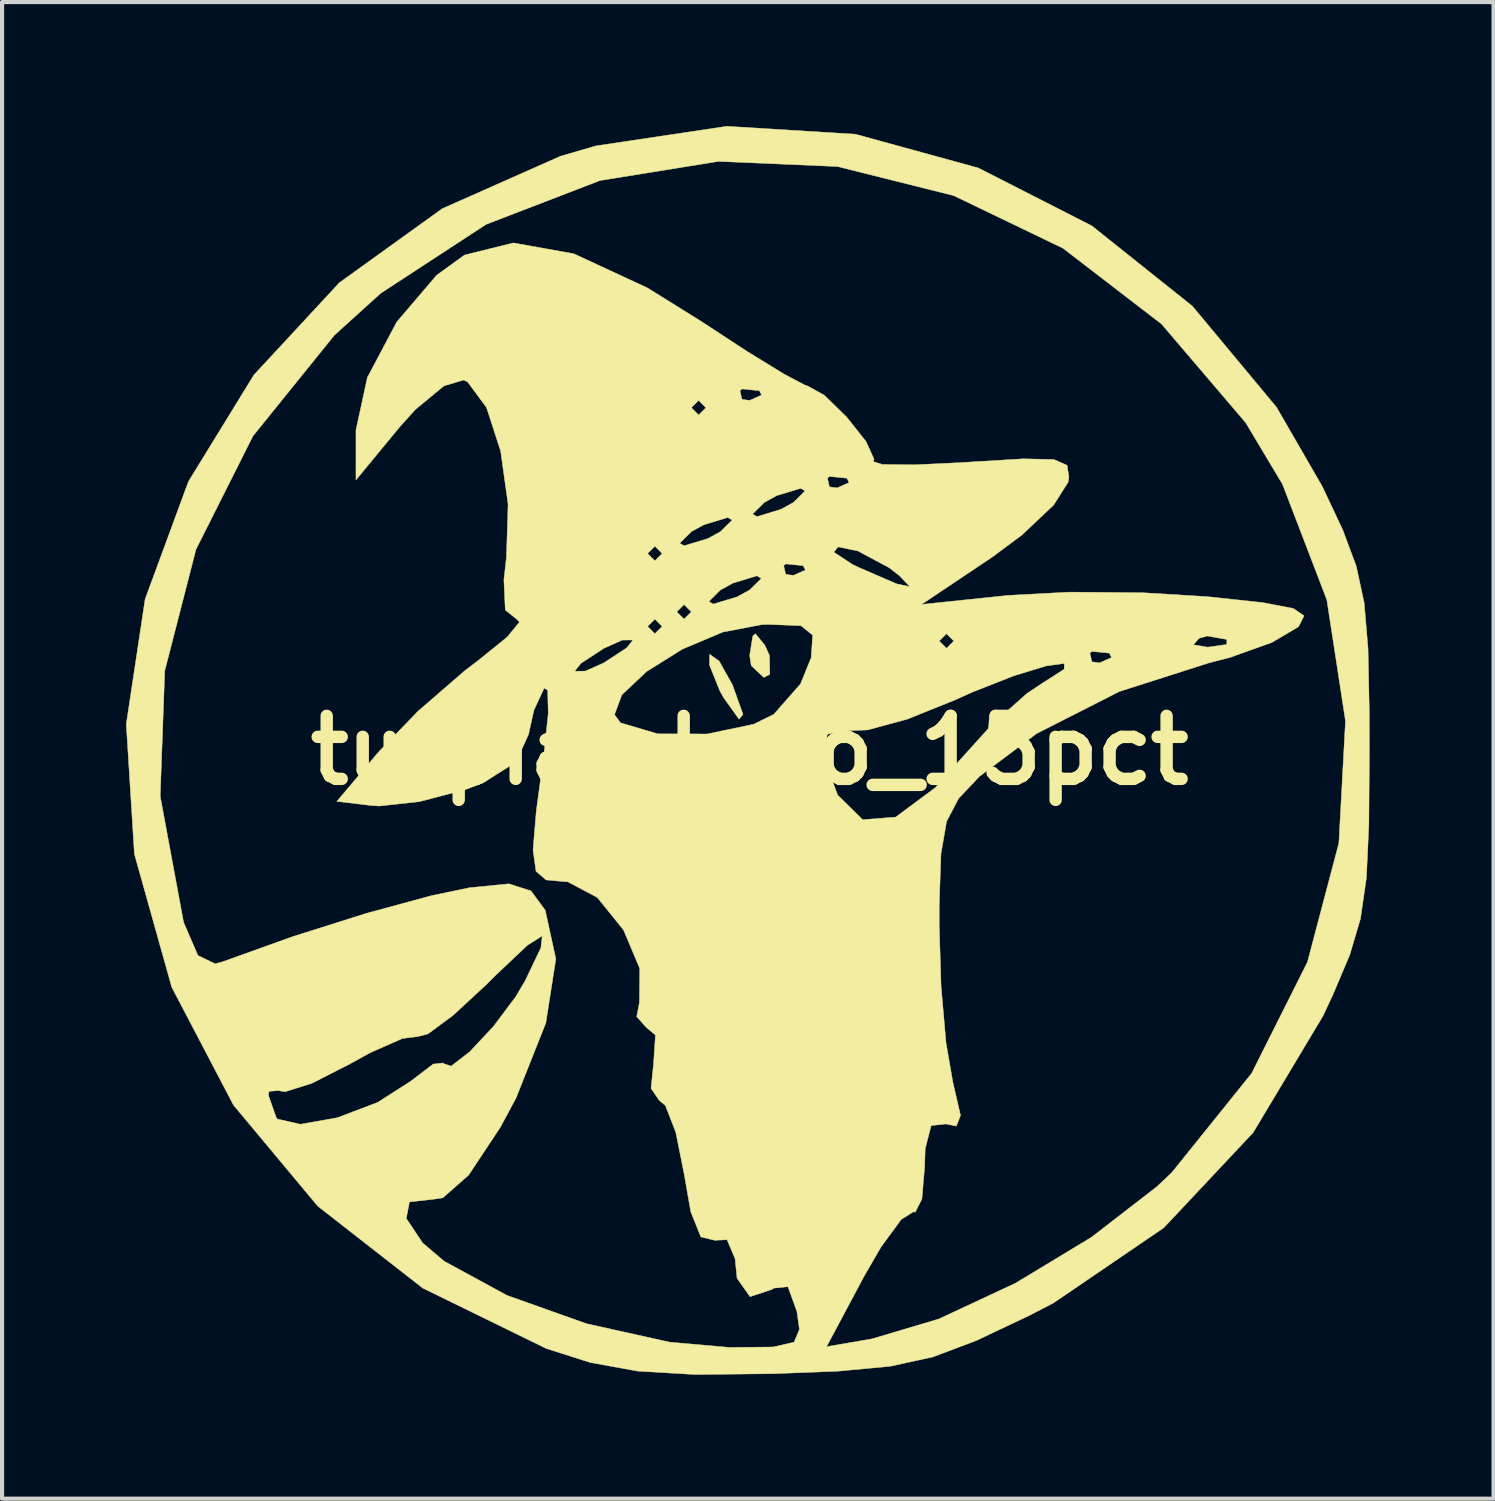
<source format=kicad_pcb>
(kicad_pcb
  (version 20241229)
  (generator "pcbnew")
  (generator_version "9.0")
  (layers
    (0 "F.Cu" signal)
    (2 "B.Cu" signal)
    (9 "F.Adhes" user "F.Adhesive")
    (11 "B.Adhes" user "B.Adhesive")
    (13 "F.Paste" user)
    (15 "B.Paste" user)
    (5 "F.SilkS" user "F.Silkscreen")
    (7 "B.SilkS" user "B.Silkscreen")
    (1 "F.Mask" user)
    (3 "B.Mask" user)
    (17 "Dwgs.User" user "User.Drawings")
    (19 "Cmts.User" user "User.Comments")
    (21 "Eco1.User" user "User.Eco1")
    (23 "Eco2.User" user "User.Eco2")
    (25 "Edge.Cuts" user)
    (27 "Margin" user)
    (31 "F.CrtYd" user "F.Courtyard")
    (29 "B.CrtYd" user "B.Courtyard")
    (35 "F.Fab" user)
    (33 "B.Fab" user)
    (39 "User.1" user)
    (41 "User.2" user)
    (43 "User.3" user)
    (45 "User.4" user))
  (footprint "turpial_logo_15pct"
    (layer "F.Cu")
    (at 15.087 15.104)
    (property "Reference" "turpial_logo_15pct" (at 0 0 0) (layer "F.SilkS") (effects (font (size 1.524 1.524) (thickness 0.3))))
    (attr through_hole)
    (fp_poly (pts (xy -0.737 -2.158) (xy -0.418 -1.589) (xy -0.161 -0.872) (xy -0.256 -0.754) (xy -0.627 -1.27) (xy -0.722 -1.441) (xy -0.972 -2.064) (xy -0.968 -2.325) (xy -0.737 -2.158)) (stroke (width 0.01) (type solid)) (fill yes) (layer "F.SilkS"))
    (fp_poly (pts (xy 0.366 -2.546) (xy 0.48 -2.293) (xy 0.488 -1.839) (xy 0.342 -1.764) (xy 0.038 -2.05) (xy 0 -2.293) (xy 0.075 -2.764) (xy 0.139 -2.822) (xy 0.366 -2.546)) (stroke (width 0.01) (type solid)) (fill yes) (layer "F.SilkS"))
    (fp_poly (pts (xy 2.559 -14.907) (xy 5.531 -14.091) (xy 8.277 -12.691) (xy 10.711 -10.748) (xy 12.748 -8.3) (xy 13.856 -6.381) (xy 14.351 -5.329) (xy 14.676 -4.456) (xy 14.868 -3.565) (xy 14.961 -2.46) (xy 14.991 -0.941) (xy 14.993 0) (xy 14.981 1.796) (xy 14.921 3.087) (xy 14.778 4.072) (xy 14.517 4.953) (xy 14.103 5.93) (xy 13.869 6.429) (xy 12.18 9.249) (xy 10.017 11.552) (xy 7.348 13.371) (xy 6.767 13.672) (xy 5.476 14.283) (xy 4.435 14.675) (xy 3.399 14.902) (xy 2.123 15.021) (xy 0.561 15.081) (xy -1.312 15.101) (xy -2.71 15.019) (xy -3.859 14.81) (xy -4.917 14.473) (xy -7.909 13.01) (xy -10.449 11.027) (xy -12.489 8.581) (xy -12.61 8.349) (xy -11.642 8.349) (xy -11.452 8.889) (xy -11.424 8.92) (xy -10.87 9.046) (xy -9.974 8.887) (xy -8.999 8.516) (xy -8.208 8.01) (xy -8.202 8.005) (xy -7.656 7.59) (xy -7.409 7.563) (xy -7.408 7.578) (xy -7.223 7.64) (xy -6.769 7.289) (xy -6.198 6.678) (xy -5.659 5.959) (xy -5.432 5.575) (xy -5.051 4.778) (xy -5.018 4.489) (xy -5.375 4.713) (xy -6.159 5.454) (xy -6.379 5.674) (xy -7.182 6.416) (xy -7.784 6.86) (xy -8.013 6.921) (xy -8.401 6.971) (xy -9.174 7.312) (xy -9.69 7.596) (xy -10.593 8.056) (xy -11.239 8.259) (xy -11.407 8.231) (xy -11.63 8.25) (xy -11.642 8.349) (xy -12.61 8.349) (xy -13.982 5.729) (xy -14.88 2.527) (xy -14.887 2.482) (xy -14.973 1.11) (xy -14.261 1.11) (xy -13.699 4.143) (xy -13.691 4.169) (xy -13.349 4.962) (xy -12.933 5.163) (xy -12.753 5.115) (xy -11.053 4.505) (xy -9.282 3.945) (xy -7.702 3.516) (xy -6.781 3.323) (xy -5.824 3.229) (xy -5.29 3.4) (xy -4.946 3.867) (xy -4.689 5.046) (xy -4.931 6.594) (xy -5.648 8.402) (xy -6.031 9.117) (xy -6.8 10.277) (xy -7.423 10.825) (xy -7.65 10.86) (xy -8.23 10.925) (xy -8.308 11.324) (xy -7.91 11.92) (xy -7.39 12.36) (xy -5.871 13.186) (xy -3.95 13.87) (xy -1.933 14.318) (xy -0.49 14.445) (xy 0.564 14.435) (xy 1.075 14.318) (xy 1.204 14.009) (xy 1.143 13.574) (xy 0.926 12.976) (xy 0.581 13.011) (xy 0.542 13.042) (xy 0.009 13.218) (xy -0.305 12.772) (xy -0.353 12.299) (xy -0.547 11.84) (xy -0.846 11.853) (xy -1.18 11.772) (xy -1.425 11.163) (xy -1.584 10.254) (xy -1.787 9.242) (xy -2.038 8.594) (xy -2.188 8.467) (xy -2.386 8.177) (xy -2.325 7.585) (xy -2.28 6.888) (xy -2.5 6.703) (xy -2.733 6.443) (xy -2.667 6.101) (xy -2.659 5.278) (xy -3.052 4.345) (xy -3.686 3.56) (xy -4.399 3.181) (xy -4.49 3.175) (xy -4.926 3.135) (xy -5.169 2.926) (xy -5.241 2.413) (xy -5.162 1.462) (xy -4.987 0.167) (xy 1.787 0.167) (xy 2.129 1.082) (xy 2.734 1.677) (xy 3.533 1.614) (xy 4.491 0.903) (xy 5.009 0.319) (xy 5.86 -0.622) (xy 6.708 -1.376) (xy 7.054 -1.607) (xy 7.61 -1.964) (xy 7.612 -2.103) (xy 7.17 -2.042) (xy 6.392 -1.804) (xy 5.389 -1.409) (xy 4.948 -1.211) (xy 3.809 -0.753) (xy 2.852 -0.494) (xy 2.39 -0.476) (xy 1.88 -0.39) (xy 1.787 0.167) (xy -4.987 0.167) (xy -4.975 0.08) (xy -4.876 -0.863) (xy -3.27 -0.863) (xy -3.124 -0.666) (xy -2.223 -0.4) (xy -1.03 -0.396) (xy 0.099 -0.633) (xy 0.584 -0.872) (xy 1.23 -1.607) (xy 1.487 -2.238) (xy 1.495 -2.352) (xy 8.231 -2.352) (xy 8.28 -2.142) (xy 8.467 -2.117) (xy 8.757 -2.246) (xy 8.702 -2.352) (xy 8.283 -2.394) (xy 8.231 -2.352) (xy 1.495 -2.352) (xy 1.516 -2.646) (xy 4.586 -2.646) (xy 4.763 -2.469) (xy 4.847 -2.554) (xy 10.736 -2.554) (xy 11.083 -2.497) (xy 11.541 -2.562) (xy 11.546 -2.683) (xy 11.074 -2.767) (xy 10.87 -2.71) (xy 10.736 -2.554) (xy 4.847 -2.554) (xy 4.939 -2.646) (xy 4.763 -2.822) (xy 4.586 -2.646) (xy 1.516 -2.646) (xy 1.526 -2.786) (xy 1.241 -3.016) (xy 0.455 -3.047) (xy 0.295 -3.042) (xy -0.649 -2.862) (xy -1.629 -2.448) (xy -2.495 -1.906) (xy -3.092 -1.343) (xy -3.27 -0.863) (xy -4.876 -0.863) (xy -4.873 -0.893) (xy -4.887 -1.453) (xy -4.971 -1.508) (xy -5.22 -0.972) (xy -5.35 -0.386) (xy -5.654 0.285) (xy -6.449 0.786) (xy -6.879 0.95) (xy -7.986 1.24) (xy -8.963 1.347) (xy -9.139 1.336) (xy -9.988 1.235) (xy -8.975 0.036) (xy -8.02 -0.951) (xy -6.906 -1.915) (xy -4.233 -1.915) (xy -3.974 -1.918) (xy -3.528 -2.117) (xy -2.973 -2.481) (xy -2.822 -2.671) (xy -3.081 -2.668) (xy -3.528 -2.469) (xy -4.082 -2.105) (xy -4.233 -1.915) (xy -6.906 -1.915) (xy -6.884 -1.934) (xy -6.574 -2.169) (xy -5.868 -2.739) (xy -5.655 -2.999) (xy -2.469 -2.999) (xy -2.293 -2.822) (xy -2.117 -2.999) (xy -2.293 -3.175) (xy -2.469 -2.999) (xy -5.655 -2.999) (xy -5.57 -3.103) (xy -5.638 -3.175) (xy -5.858 -3.351) (xy -1.764 -3.351) (xy -1.587 -3.175) (xy -1.411 -3.351) (xy -1.587 -3.528) (xy -1.764 -3.351) (xy -5.858 -3.351) (xy -5.912 -3.394) (xy -5.922 -3.601) (xy -0.988 -3.601) (xy -0.882 -3.539) (xy -0.302 -3.714) (xy 0 -3.881) (xy 0.282 -4.16) (xy 0.176 -4.223) (xy -0.403 -4.047) (xy -0.706 -3.881) (xy -0.988 -3.601) (xy -5.922 -3.601) (xy -5.946 -4.125) (xy -5.907 -4.469) (xy 0.823 -4.469) (xy 0.872 -4.259) (xy 1.058 -4.233) (xy 1.349 -4.362) (xy 1.294 -4.469) (xy 0.875 -4.511) (xy 0.823 -4.469) (xy -5.907 -4.469) (xy -5.884 -4.674) (xy -5.882 -4.763) (xy -2.469 -4.763) (xy -2.293 -4.586) (xy -2.117 -4.763) (xy -2.148 -4.794) (xy 2.037 -4.794) (xy 2.49 -4.497) (xy 2.646 -4.422) (xy 3.559 -4.028) (xy 3.876 -3.961) (xy 3.626 -4.223) (xy 3.372 -4.421) (xy 2.616 -4.825) (xy 2.137 -4.923) (xy 2.037 -4.794) (xy -2.148 -4.794) (xy -2.293 -4.939) (xy -2.469 -4.763) (xy -5.882 -4.763) (xy -5.874 -5.012) (xy -1.693 -5.012) (xy -1.587 -4.95) (xy -1.008 -5.125) (xy -0.706 -5.292) (xy -0.423 -5.571) (xy -0.529 -5.634) (xy -1.109 -5.458) (xy -1.411 -5.292) (xy -1.693 -5.012) (xy -5.874 -5.012) (xy -5.852 -5.718) (xy 0.07 -5.718) (xy 0.176 -5.655) (xy 0.756 -5.831) (xy 1.058 -5.997) (xy 1.341 -6.277) (xy 1.235 -6.339) (xy 0.655 -6.164) (xy 0.353 -5.997) (xy 0.07 -5.718) (xy -5.852 -5.718) (xy -5.845 -5.957) (xy -5.933 -6.585) (xy 1.881 -6.585) (xy 1.93 -6.375) (xy 2.117 -6.35) (xy 2.407 -6.479) (xy 2.352 -6.585) (xy 1.933 -6.627) (xy 1.881 -6.585) (xy -5.933 -6.585) (xy -6.024 -7.238) (xy -6.365 -8.29) (xy -1.411 -8.29) (xy -1.235 -8.114) (xy -1.058 -8.29) (xy -1.235 -8.467) (xy -1.411 -8.29) (xy -6.365 -8.29) (xy -6.368 -8.297) (xy -6.667 -8.702) (xy -0.235 -8.702) (xy -0.187 -8.492) (xy 0 -8.467) (xy 0.29 -8.596) (xy 0.235 -8.702) (xy -0.183 -8.744) (xy -0.235 -8.702) (xy -6.667 -8.702) (xy -6.823 -8.913) (xy -6.917 -8.961) (xy -7.396 -8.818) (xy -8.084 -8.25) (xy -8.454 -7.841) (xy -9.525 -6.542) (xy -9.525 -7.75) (xy -9.25 -9.019) (xy -8.54 -10.362) (xy -7.572 -11.497) (xy -6.897 -11.985) (xy -5.717 -12.277) (xy -4.257 -12.016) (xy -2.474 -11.189) (xy -1.193 -10.392) (xy -0.068 -9.656) (xy 0.83 -9.105) (xy 1.345 -8.833) (xy 1.396 -8.819) (xy 1.806 -8.592) (xy 2.346 -8.065) (xy 2.816 -7.472) (xy 3.01 -7.045) (xy 2.989 -6.987) (xy 3.213 -6.917) (xy 3.982 -6.909) (xy 5.136 -6.963) (xy 5.315 -6.975) (xy 6.617 -7.054) (xy 7.359 -7.037) (xy 7.681 -6.897) (xy 7.724 -6.604) (xy 7.705 -6.488) (xy 7.356 -5.937) (xy 6.589 -5.212) (xy 5.868 -4.676) (xy 4.158 -3.531) (xy 6.268 -3.751) (xy 7.74 -3.829) (xy 9.51 -3.814) (xy 11.064 -3.72) (xy 12.408 -3.576) (xy 13.155 -3.433) (xy 13.412 -3.256) (xy 13.288 -3.007) (xy 13.259 -2.978) (xy 12.632 -2.609) (xy 11.616 -2.246) (xy 11.117 -2.118) (xy 8.946 -1.424) (xy 6.942 -0.406) (xy 5.556 0.634) (xy 5.056 1.163) (xy 4.765 1.718) (xy 4.628 2.505) (xy 4.587 3.731) (xy 4.586 4.213) (xy 4.631 5.701) (xy 4.75 7.072) (xy 4.917 8.036) (xy 4.923 8.06) (xy 5.102 8.833) (xy 5.001 9.09) (xy 4.747 9.039) (xy 4.392 9.077) (xy 4.247 9.637) (xy 4.233 10.086) (xy 4.167 10.856) (xy 4.005 11.174) (xy 3.962 11.163) (xy 3.664 11.352) (xy 3.178 12.016) (xy 2.775 12.711) (xy 1.86 14.427) (xy 2.959 14.238) (xy 4.578 13.756) (xy 6.431 12.891) (xy 8.27 11.779) (xy 9.852 10.556) (xy 10.214 10.214) (xy 12.144 7.815) (xy 13.495 5.123) (xy 14.255 2.245) (xy 14.415 -0.712) (xy 13.964 -3.643) (xy 12.891 -6.44) (xy 12.001 -7.928) (xy 9.965 -10.315) (xy 7.579 -12.149) (xy 4.935 -13.422) (xy 2.126 -14.125) (xy -0.757 -14.249) (xy -3.621 -13.786) (xy -6.375 -12.726) (xy -8.925 -11.06) (xy -10.046 -10.046) (xy -12.018 -7.604) (xy -13.395 -4.863) (xy -14.151 -1.925) (xy -14.261 1.11) (xy -14.973 1.11) (xy -15.082 -0.635) (xy -14.626 -3.659) (xy -13.578 -6.504) (xy -11.993 -9.084) (xy -9.927 -11.314) (xy -7.437 -13.106) (xy -4.578 -14.375) (xy -3.718 -14.625) (xy -0.552 -15.099) (xy 2.559 -14.907)) (stroke (width 0.01) (type solid)) (fill yes) (layer "F.SilkS")))
  (gr_rect
    (start -3 -3)
    (end 33.085 33.209)
    (stroke (width 0.1) (type default))
    (fill no)
    (layer "Edge.Cuts")))
</source>
